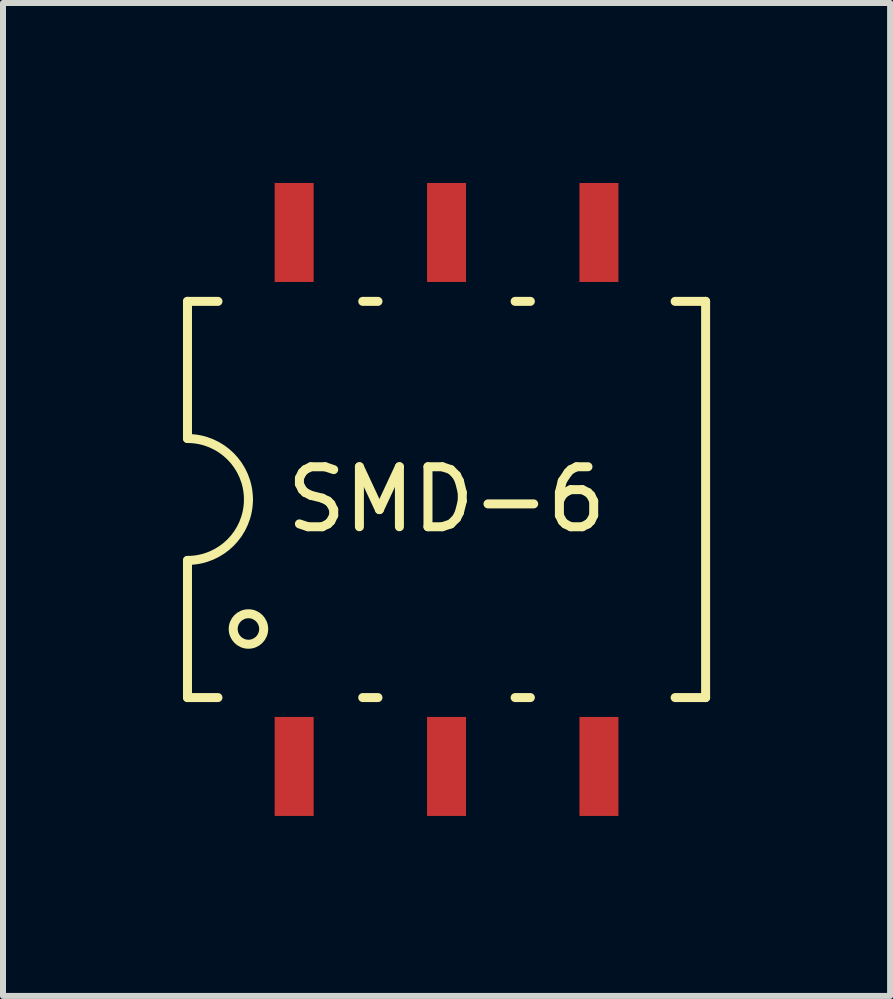
<source format=kicad_pcb>
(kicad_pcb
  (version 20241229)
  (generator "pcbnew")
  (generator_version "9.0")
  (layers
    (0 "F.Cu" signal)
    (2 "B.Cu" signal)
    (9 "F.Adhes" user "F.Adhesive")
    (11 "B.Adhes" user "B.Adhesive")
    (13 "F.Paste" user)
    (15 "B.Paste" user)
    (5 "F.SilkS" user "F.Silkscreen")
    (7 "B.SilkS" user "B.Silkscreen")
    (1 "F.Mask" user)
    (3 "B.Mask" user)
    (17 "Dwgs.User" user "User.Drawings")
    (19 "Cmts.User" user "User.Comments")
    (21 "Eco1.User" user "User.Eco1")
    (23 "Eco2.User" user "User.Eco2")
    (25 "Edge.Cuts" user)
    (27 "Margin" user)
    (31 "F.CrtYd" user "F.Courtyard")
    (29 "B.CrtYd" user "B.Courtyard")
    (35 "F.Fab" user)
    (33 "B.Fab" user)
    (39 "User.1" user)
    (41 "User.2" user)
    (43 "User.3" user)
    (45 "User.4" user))
  (footprint "SMD-6"
    (layer "F.Cu")
    (at 4.393 5.275)
    (property "Reference" "SMD-6" (at 0 0 0) (layer "F.SilkS") (effects (font (size 1 1) (thickness 0.15))))
    (attr through_hole)
    (fp_line (start -4.318 -3.302) (end -4.318 -1.016) (stroke (width 0.15) (type solid)) (layer "F.SilkS"))
    (fp_line (start -4.318 -3.302) (end -3.81 -3.302) (stroke (width 0.15) (type solid)) (layer "F.SilkS"))
    (fp_line (start -4.318 1.016) (end -4.318 3.302) (stroke (width 0.15) (type solid)) (layer "F.SilkS"))
    (fp_line (start -4.318 3.302) (end -3.81 3.302) (stroke (width 0.15) (type solid)) (layer "F.SilkS"))
    (fp_line (start -1.397 -3.302) (end -1.143 -3.302) (stroke (width 0.15) (type solid)) (layer "F.SilkS"))
    (fp_line (start -1.397 3.302) (end -1.143 3.302) (stroke (width 0.15) (type solid)) (layer "F.SilkS"))
    (fp_line (start 1.143 -3.302) (end 1.397 -3.302) (stroke (width 0.15) (type solid)) (layer "F.SilkS"))
    (fp_line (start 1.143 3.302) (end 1.397 3.302) (stroke (width 0.15) (type solid)) (layer "F.SilkS"))
    (fp_line (start 4.318 -3.302) (end 3.81 -3.302) (stroke (width 0.15) (type solid)) (layer "F.SilkS"))
    (fp_line (start 4.318 -3.302) (end 4.318 3.302) (stroke (width 0.15) (type solid)) (layer "F.SilkS"))
    (fp_line (start 4.318 3.302) (end 3.81 3.302) (stroke (width 0.15) (type solid)) (layer "F.SilkS"))
    (fp_arc (start -4.318 -1.016) (mid -3.59958 -0.71842) (end -3.302 0) (stroke (width 0.15) (type solid)) (layer "F.SilkS"))
    (fp_arc (start -3.302 0) (mid -3.59958 0.71842) (end -4.318 1.016) (stroke (width 0.15) (type solid)) (layer "F.SilkS"))
    (fp_circle (center -3.302 2.159) (end -3.048 2.159) (stroke (width 0.15) (type solid)) (fill no) (layer "F.SilkS"))
    (pad "1" smd rect (at -2.54 4.45) (size 0.65 1.65) (layers "F.Cu" "F.Mask" "F.Paste"))
    (pad "2" smd rect (at 0 4.45) (size 0.65 1.65) (layers "F.Cu" "F.Mask" "F.Paste"))
    (pad "3" smd rect (at 2.54 4.45) (size 0.65 1.65) (layers "F.Cu" "F.Mask" "F.Paste"))
    (pad "4" smd rect (at 2.54 -4.45) (size 0.65 1.65) (layers "F.Cu" "F.Mask" "F.Paste"))
    (pad "5" smd rect (at 0 -4.45) (size 0.65 1.65) (layers "F.Cu" "F.Mask" "F.Paste"))
    (pad "6" smd rect (at -2.54 -4.45) (size 0.65 1.65) (layers "F.Cu" "F.Mask" "F.Paste")))
  (gr_rect
    (start -3 -3)
    (end 11.786 13.55)
    (stroke (width 0.1) (type default))
    (fill no)
    (layer "Edge.Cuts")))
</source>
